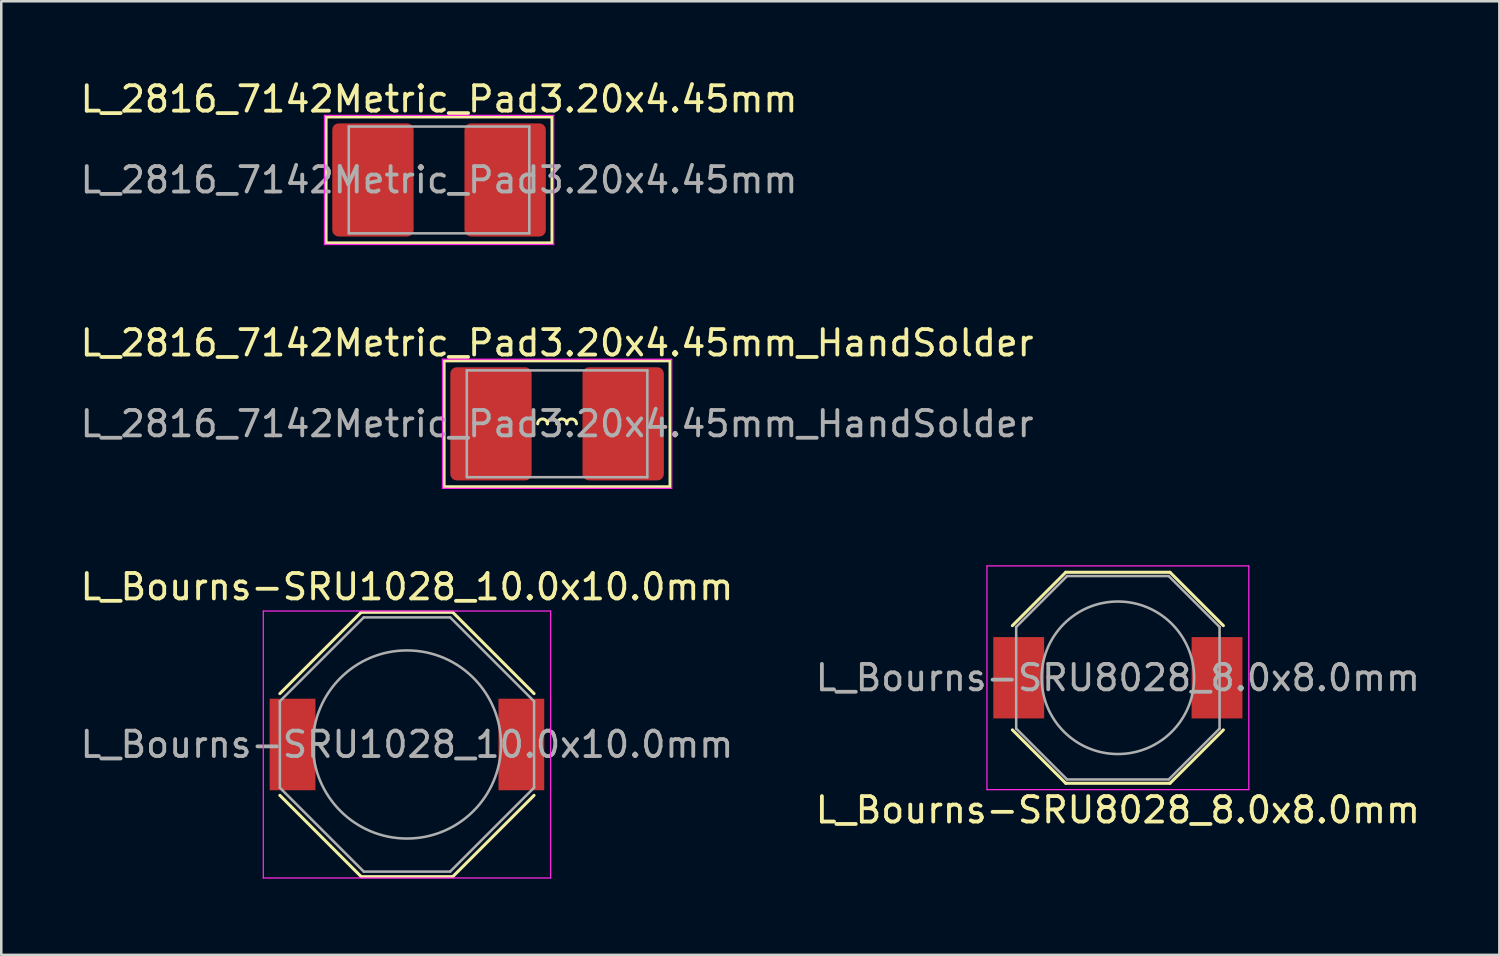
<source format=kicad_pcb>
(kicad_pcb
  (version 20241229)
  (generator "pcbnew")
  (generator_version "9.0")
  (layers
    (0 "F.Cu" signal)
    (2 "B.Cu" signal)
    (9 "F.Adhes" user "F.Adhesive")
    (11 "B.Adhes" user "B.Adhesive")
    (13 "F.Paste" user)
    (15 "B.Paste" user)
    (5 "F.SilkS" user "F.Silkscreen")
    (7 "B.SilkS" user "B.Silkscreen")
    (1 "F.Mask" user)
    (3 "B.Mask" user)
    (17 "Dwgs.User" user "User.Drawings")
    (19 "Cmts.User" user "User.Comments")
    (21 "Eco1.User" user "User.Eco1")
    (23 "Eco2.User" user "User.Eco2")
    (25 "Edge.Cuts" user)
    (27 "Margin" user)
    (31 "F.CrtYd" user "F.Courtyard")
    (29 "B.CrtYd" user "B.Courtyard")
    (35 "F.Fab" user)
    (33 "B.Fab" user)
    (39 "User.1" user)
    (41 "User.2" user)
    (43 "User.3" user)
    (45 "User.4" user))
  (footprint "L_Bourns-SRU1028_10.0x10.0mm"
    (layer "F.Cu")
    (at 12.958 26.235)
    (property "Reference" "L_Bourns-SRU1028_10.0x10.0mm" (at 0 -6.2 0) (layer "F.SilkS") (effects (font (size 1 1) (thickness 0.15))))
    (attr smd)
    (fp_line (start -1.8 -5.2) (end -5 -2) (stroke (width 0.12) (type solid)) (layer "F.SilkS"))
    (fp_line (start -1.8 -5.2) (end 1.8 -5.2) (stroke (width 0.12) (type solid)) (layer "F.SilkS"))
    (fp_line (start -1.8 5.2) (end -5 2) (stroke (width 0.12) (type solid)) (layer "F.SilkS"))
    (fp_line (start 1.8 -5.2) (end 5 -2) (stroke (width 0.12) (type solid)) (layer "F.SilkS"))
    (fp_line (start 1.8 5.2) (end -1.8 5.2) (stroke (width 0.12) (type solid)) (layer "F.SilkS"))
    (fp_line (start 1.8 5.2) (end 5 2) (stroke (width 0.12) (type solid)) (layer "F.SilkS"))
    (fp_line (start -5.65 -5.25) (end 5.65 -5.25) (stroke (width 0.05) (type solid)) (layer "F.CrtYd"))
    (fp_line (start -5.65 5.25) (end -5.65 -5.25) (stroke (width 0.05) (type solid)) (layer "F.CrtYd"))
    (fp_line (start 5.65 -5.25) (end 5.65 5.25) (stroke (width 0.05) (type solid)) (layer "F.CrtYd"))
    (fp_line (start 5.65 5.25) (end -5.65 5.25) (stroke (width 0.05) (type solid)) (layer "F.CrtYd"))
    (fp_line (start -5 -1.7) (end -1.7 -5) (stroke (width 0.1) (type solid)) (layer "F.Fab"))
    (fp_line (start -5 1.7) (end -5 -1.7) (stroke (width 0.1) (type solid)) (layer "F.Fab"))
    (fp_line (start -1.7 -5) (end 1.7 -5) (stroke (width 0.1) (type solid)) (layer "F.Fab"))
    (fp_line (start -1.7 5) (end -5 1.7) (stroke (width 0.1) (type solid)) (layer "F.Fab"))
    (fp_line (start 1.7 -5) (end 5 -1.7) (stroke (width 0.1) (type solid)) (layer "F.Fab"))
    (fp_line (start 1.7 5) (end -1.7 5) (stroke (width 0.1) (type solid)) (layer "F.Fab"))
    (fp_line (start 5 -1.7) (end 5 1.7) (stroke (width 0.1) (type solid)) (layer "F.Fab"))
    (fp_line (start 5 1.7) (end 1.7 5) (stroke (width 0.1) (type solid)) (layer "F.Fab"))
    (fp_circle (center 0 0) (end 3.7 0) (stroke (width 0.1) (type solid)) (fill no) (layer "F.Fab"))
    (fp_text user "${REFERENCE}" (at 0 0 0) (layer "F.Fab") (effects (font (size 1 1) (thickness 0.15))))
    (pad "1" smd rect (at -4.5 0) (size 1.8 3.6) (layers "F.Cu" "F.Mask" "F.Paste"))
    (pad "2" smd rect (at 4.5 0) (size 1.8 3.6) (layers "F.Cu" "F.Mask" "F.Paste")))
  (footprint "L_2816_7142Metric_Pad3.20x4.45mm"
    (layer "F.Cu")
    (at 14.22 4.028)
    (property "Reference" "L_2816_7142Metric_Pad3.20x4.45mm" (at 0 -3.18 0) (layer "F.SilkS") (effects (font (size 1 1) (thickness 0.15))))
    (attr smd)
    (fp_line (start -4.445 -2.477) (end 4.445 -2.477) (stroke (width 0.12) (type solid)) (layer "F.SilkS"))
    (fp_line (start -4.445 2.477) (end -4.445 -2.477) (stroke (width 0.12) (type solid)) (layer "F.SilkS"))
    (fp_line (start 4.445 -2.477) (end 4.445 2.477) (stroke (width 0.12) (type solid)) (layer "F.SilkS"))
    (fp_line (start 4.445 2.477) (end -4.445 2.477) (stroke (width 0.12) (type solid)) (layer "F.SilkS"))
    (fp_line (start -4.508 -2.54) (end 4.508 -2.54) (stroke (width 0.05) (type solid)) (layer "F.CrtYd"))
    (fp_line (start -4.508 2.54) (end -4.508 -2.54) (stroke (width 0.05) (type solid)) (layer "F.CrtYd"))
    (fp_line (start 4.508 -2.54) (end 4.508 2.54) (stroke (width 0.05) (type solid)) (layer "F.CrtYd"))
    (fp_line (start 4.508 2.54) (end -4.508 2.54) (stroke (width 0.05) (type solid)) (layer "F.CrtYd"))
    (fp_line (start -3.55 -2.1) (end 3.55 -2.1) (stroke (width 0.1) (type solid)) (layer "F.Fab"))
    (fp_line (start -3.55 2.1) (end -3.55 -2.1) (stroke (width 0.1) (type solid)) (layer "F.Fab"))
    (fp_line (start 3.55 -2.1) (end 3.55 2.1) (stroke (width 0.1) (type solid)) (layer "F.Fab"))
    (fp_line (start 3.55 2.1) (end -3.55 2.1) (stroke (width 0.1) (type solid)) (layer "F.Fab"))
    (fp_text user "${REFERENCE}" (at 0 0 0) (layer "F.Fab") (effects (font (size 1 1) (thickness 0.15))))
    (pad "1" smd roundrect (at -2.6 0) (size 3.2 4.45) (layers "F.Cu" "F.Mask" "F.Paste") (roundrect_rratio 0.078))
    (pad "2" smd roundrect (at 2.6 0) (size 3.2 4.45) (layers "F.Cu" "F.Mask" "F.Paste") (roundrect_rratio 0.078)))
  (footprint "L_Bourns-SRU8028_8.0x8.0mm"
    (layer "F.Cu")
    (at 40.923 23.611)
    (property "Reference" "L_Bourns-SRU8028_8.0x8.0mm" (at 0 5.2 0) (layer "F.SilkS") (effects (font (size 1 1) (thickness 0.15))))
    (attr smd)
    (fp_line (start -2.05 -4.15) (end -4.15 -2.05) (stroke (width 0.12) (type solid)) (layer "F.SilkS"))
    (fp_line (start -2.05 -4.15) (end 2.05 -4.15) (stroke (width 0.12) (type solid)) (layer "F.SilkS"))
    (fp_line (start -2.05 4.15) (end -4.15 2.05) (stroke (width 0.12) (type solid)) (layer "F.SilkS"))
    (fp_line (start 2.05 -4.15) (end 4.15 -2.05) (stroke (width 0.12) (type solid)) (layer "F.SilkS"))
    (fp_line (start 2.05 4.15) (end -2.05 4.15) (stroke (width 0.12) (type solid)) (layer "F.SilkS"))
    (fp_line (start 2.05 4.15) (end 4.15 2.05) (stroke (width 0.12) (type solid)) (layer "F.SilkS"))
    (fp_line (start -5.15 -4.4) (end 5.15 -4.4) (stroke (width 0.05) (type solid)) (layer "F.CrtYd"))
    (fp_line (start -5.15 4.4) (end -5.15 -4.4) (stroke (width 0.05) (type solid)) (layer "F.CrtYd"))
    (fp_line (start 5.15 -4.4) (end 5.15 4.4) (stroke (width 0.05) (type solid)) (layer "F.CrtYd"))
    (fp_line (start 5.15 4.4) (end -5.15 4.4) (stroke (width 0.05) (type solid)) (layer "F.CrtYd"))
    (fp_line (start -4 -2) (end -2 -4) (stroke (width 0.1) (type solid)) (layer "F.Fab"))
    (fp_line (start -4 2) (end -4 -2) (stroke (width 0.1) (type solid)) (layer "F.Fab"))
    (fp_line (start -2 -4) (end 2 -4) (stroke (width 0.1) (type solid)) (layer "F.Fab"))
    (fp_line (start -2 4) (end -4 2) (stroke (width 0.1) (type solid)) (layer "F.Fab"))
    (fp_line (start 2 -4) (end 4 -2) (stroke (width 0.1) (type solid)) (layer "F.Fab"))
    (fp_line (start 2 4) (end -2 4) (stroke (width 0.1) (type solid)) (layer "F.Fab"))
    (fp_line (start 4 -2) (end 4 2) (stroke (width 0.1) (type solid)) (layer "F.Fab"))
    (fp_line (start 4 2) (end 2 4) (stroke (width 0.1) (type solid)) (layer "F.Fab"))
    (fp_circle (center 0 0) (end 0 -3) (stroke (width 0.1) (type solid)) (fill no) (layer "F.Fab"))
    (fp_text user "${REFERENCE}" (at 0 0 0) (layer "F.Fab") (effects (font (size 1 1) (thickness 0.15))))
    (pad "1" smd rect (at -3.9 0) (size 2 3.2) (layers "F.Cu" "F.Mask" "F.Paste"))
    (pad "2" smd rect (at 3.9 0) (size 2 3.2) (layers "F.Cu" "F.Mask" "F.Paste")))
  (footprint "L_2816_7142Metric_Pad3.20x4.45mm_HandSolder"
    (layer "F.Cu")
    (at 18.863 13.621)
    (property "Reference" "L_2816_7142Metric_Pad3.20x4.45mm_HandSolder" (at 0 -3.18 0) (layer "F.SilkS") (effects (font (size 1 1) (thickness 0.15))))
    (attr smd)
    (fp_line (start -4.445 -2.477) (end 4.445 -2.477) (stroke (width 0.12) (type solid)) (layer "F.SilkS"))
    (fp_line (start -4.445 2.477) (end -4.445 -2.477) (stroke (width 0.12) (type solid)) (layer "F.SilkS"))
    (fp_line (start 4.445 -2.477) (end 4.445 2.477) (stroke (width 0.12) (type solid)) (layer "F.SilkS"))
    (fp_line (start 4.445 2.477) (end -4.445 2.477) (stroke (width 0.12) (type solid)) (layer "F.SilkS"))
    (fp_arc (start -0.762 0) (mid -0.5715 -0.1905) (end -0.381 0) (stroke (width 0.12) (type solid)) (layer "F.SilkS"))
    (fp_arc (start -0.381 0) (mid -0.1905 -0.1905) (end 0 0) (stroke (width 0.12) (type solid)) (layer "F.SilkS"))
    (fp_arc (start 0 0) (mid 0.1905 -0.1905) (end 0.381 0) (stroke (width 0.12) (type solid)) (layer "F.SilkS"))
    (fp_arc (start 0.381 0) (mid 0.5715 -0.1905) (end 0.762 0) (stroke (width 0.12) (type solid)) (layer "F.SilkS"))
    (fp_line (start -4.508 -2.54) (end 4.508 -2.54) (stroke (width 0.05) (type solid)) (layer "F.CrtYd"))
    (fp_line (start -4.508 2.54) (end -4.508 -2.54) (stroke (width 0.05) (type solid)) (layer "F.CrtYd"))
    (fp_line (start 4.508 -2.54) (end 4.508 2.54) (stroke (width 0.05) (type solid)) (layer "F.CrtYd"))
    (fp_line (start 4.508 2.54) (end -4.508 2.54) (stroke (width 0.05) (type solid)) (layer "F.CrtYd"))
    (fp_line (start -3.55 -2.1) (end 3.55 -2.1) (stroke (width 0.1) (type solid)) (layer "F.Fab"))
    (fp_line (start -3.55 2.1) (end -3.55 -2.1) (stroke (width 0.1) (type solid)) (layer "F.Fab"))
    (fp_line (start 3.55 -2.1) (end 3.55 2.1) (stroke (width 0.1) (type solid)) (layer "F.Fab"))
    (fp_line (start 3.55 2.1) (end -3.55 2.1) (stroke (width 0.1) (type solid)) (layer "F.Fab"))
    (fp_text user "${REFERENCE}" (at 0 0 0) (layer "F.Fab") (effects (font (size 1 1) (thickness 0.15))))
    (pad "1" smd roundrect (at -2.6 0) (size 3.2 4.45) (layers "F.Cu" "F.Mask" "F.Paste") (roundrect_rratio 0.078))
    (pad "2" smd roundrect (at 2.6 0) (size 3.2 4.45) (layers "F.Cu" "F.Mask" "F.Paste") (roundrect_rratio 0.078)))
  (gr_rect
    (start -3 -3)
    (end 55.929 34.51)
    (stroke (width 0.1) (type default))
    (fill no)
    (layer "Edge.Cuts")))
</source>
